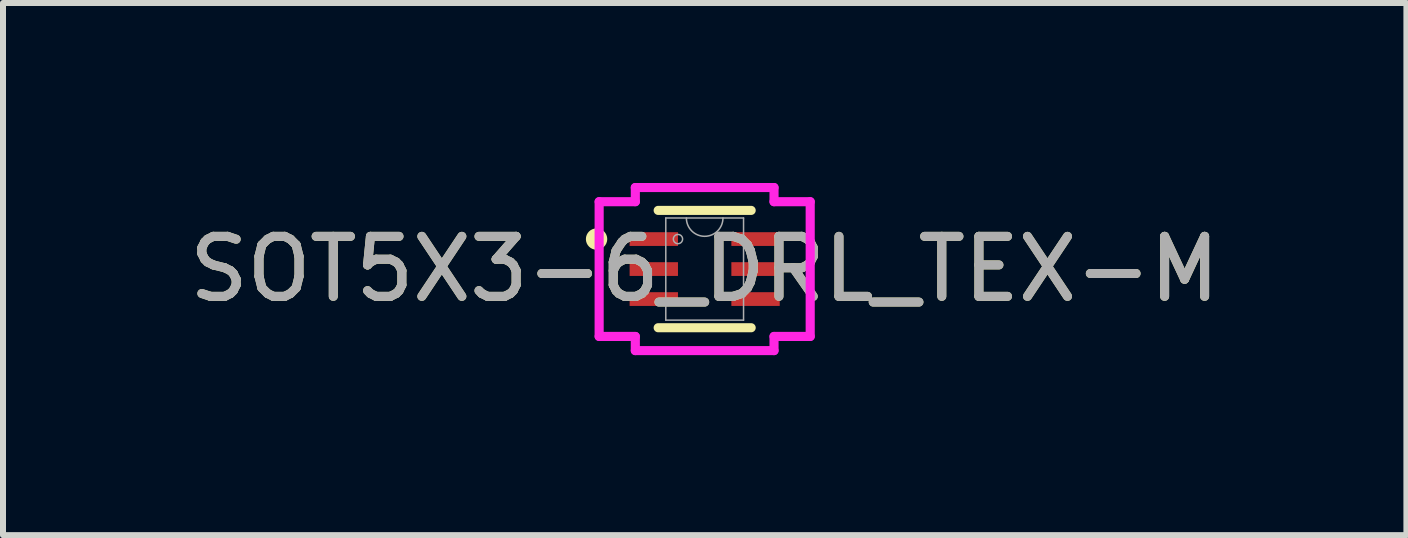
<source format=kicad_pcb>
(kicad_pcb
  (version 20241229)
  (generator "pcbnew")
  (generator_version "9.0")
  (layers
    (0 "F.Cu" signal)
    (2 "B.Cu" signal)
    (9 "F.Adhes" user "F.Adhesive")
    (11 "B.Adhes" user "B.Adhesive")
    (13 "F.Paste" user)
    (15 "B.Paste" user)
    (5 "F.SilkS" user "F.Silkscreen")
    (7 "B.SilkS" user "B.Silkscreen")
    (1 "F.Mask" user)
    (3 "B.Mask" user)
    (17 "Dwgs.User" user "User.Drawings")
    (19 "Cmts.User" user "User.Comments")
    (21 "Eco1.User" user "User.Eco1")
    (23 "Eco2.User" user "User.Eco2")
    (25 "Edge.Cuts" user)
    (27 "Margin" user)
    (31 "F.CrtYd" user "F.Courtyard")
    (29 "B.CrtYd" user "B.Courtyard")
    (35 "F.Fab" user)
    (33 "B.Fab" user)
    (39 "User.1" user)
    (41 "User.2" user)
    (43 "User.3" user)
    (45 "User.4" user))
  (footprint "SOT5X3-6_DRL_TEX-M"
    (layer "F.Cu")
    (at 8.696 1.435)
    (property "Reference" "SOT5X3-6_DRL_TEX-M" (at 0 0 0) (unlocked yes) (layer "F.SilkS") (effects (font (size 1 1) (thickness 0.15))))
    (attr smd)
    (fp_line (start -0.775 0.978) (end 0.775 0.978) (stroke (width 0.152) (type solid)) (layer "F.SilkS"))
    (fp_line (start 0.775 -0.978) (end -0.775 -0.978) (stroke (width 0.152) (type solid)) (layer "F.SilkS"))
    (fp_circle (center -1.802 -0.5) (end -1.7 -0.5) (stroke (width 0.152) (type solid)) (fill no) (layer "F.SilkS"))
    (fp_line (start -1.759 -1.123) (end -1.156 -1.123) (stroke (width 0.152) (type solid)) (layer "F.CrtYd"))
    (fp_line (start -1.759 1.123) (end -1.759 -1.123) (stroke (width 0.152) (type solid)) (layer "F.CrtYd"))
    (fp_line (start -1.759 1.123) (end -1.156 1.123) (stroke (width 0.152) (type solid)) (layer "F.CrtYd"))
    (fp_line (start -1.156 -1.359) (end 1.156 -1.359) (stroke (width 0.152) (type solid)) (layer "F.CrtYd"))
    (fp_line (start -1.156 -1.123) (end -1.156 -1.359) (stroke (width 0.152) (type solid)) (layer "F.CrtYd"))
    (fp_line (start -1.156 1.359) (end -1.156 1.123) (stroke (width 0.152) (type solid)) (layer "F.CrtYd"))
    (fp_line (start 1.156 -1.359) (end 1.156 -1.123) (stroke (width 0.152) (type solid)) (layer "F.CrtYd"))
    (fp_line (start 1.156 1.123) (end 1.156 1.359) (stroke (width 0.152) (type solid)) (layer "F.CrtYd"))
    (fp_line (start 1.156 1.359) (end -1.156 1.359) (stroke (width 0.152) (type solid)) (layer "F.CrtYd"))
    (fp_line (start 1.759 -1.123) (end 1.156 -1.123) (stroke (width 0.152) (type solid)) (layer "F.CrtYd"))
    (fp_line (start 1.759 -1.123) (end 1.759 1.123) (stroke (width 0.152) (type solid)) (layer "F.CrtYd"))
    (fp_line (start 1.759 1.123) (end 1.156 1.123) (stroke (width 0.152) (type solid)) (layer "F.CrtYd"))
    (fp_line (start -0.648 -0.851) (end -0.648 0.851) (stroke (width 0.025) (type solid)) (layer "F.Fab"))
    (fp_line (start -0.648 0.851) (end 0.648 0.851) (stroke (width 0.025) (type solid)) (layer "F.Fab"))
    (fp_line (start 0.648 -0.851) (end -0.648 -0.851) (stroke (width 0.025) (type solid)) (layer "F.Fab"))
    (fp_line (start 0.648 0.851) (end 0.648 -0.851) (stroke (width 0.025) (type solid)) (layer "F.Fab"))
    (fp_arc (start 0.3048 -0.8509) (mid 0 -0.5461) (end -0.3048 -0.8509) (stroke (width 0.0254) (type solid)) (layer "F.Fab"))
    (fp_circle (center -0.445 -0.5) (end -0.368 -0.5) (stroke (width 0.025) (type solid)) (fill no) (layer "F.Fab"))
    (fp_text user "${REFERENCE}" (at 0 0 0) (unlocked yes) (layer "F.Fab") (effects (font (size 1 1) (thickness 0.15))))
    (pad "1" smd rect (at -0.848 -0.5) (size 0.806 0.229) (layers "F.Cu" "F.Mask" "F.Paste"))
    (pad "2" smd rect (at -0.848 0) (size 0.806 0.229) (layers "F.Cu" "F.Mask" "F.Paste"))
    (pad "3" smd rect (at -0.848 0.5) (size 0.806 0.229) (layers "F.Cu" "F.Mask" "F.Paste"))
    (pad "4" smd rect (at 0.848 0.5) (size 0.806 0.229) (layers "F.Cu" "F.Mask" "F.Paste"))
    (pad "5" smd rect (at 0.848 0) (size 0.806 0.229) (layers "F.Cu" "F.Mask" "F.Paste"))
    (pad "6" smd rect (at 0.848 -0.5) (size 0.806 0.229) (layers "F.Cu" "F.Mask" "F.Paste")))
  (gr_rect
    (start -3 -3)
    (end 20.393 5.87)
    (stroke (width 0.1) (type default))
    (fill no)
    (layer "Edge.Cuts")))
</source>
